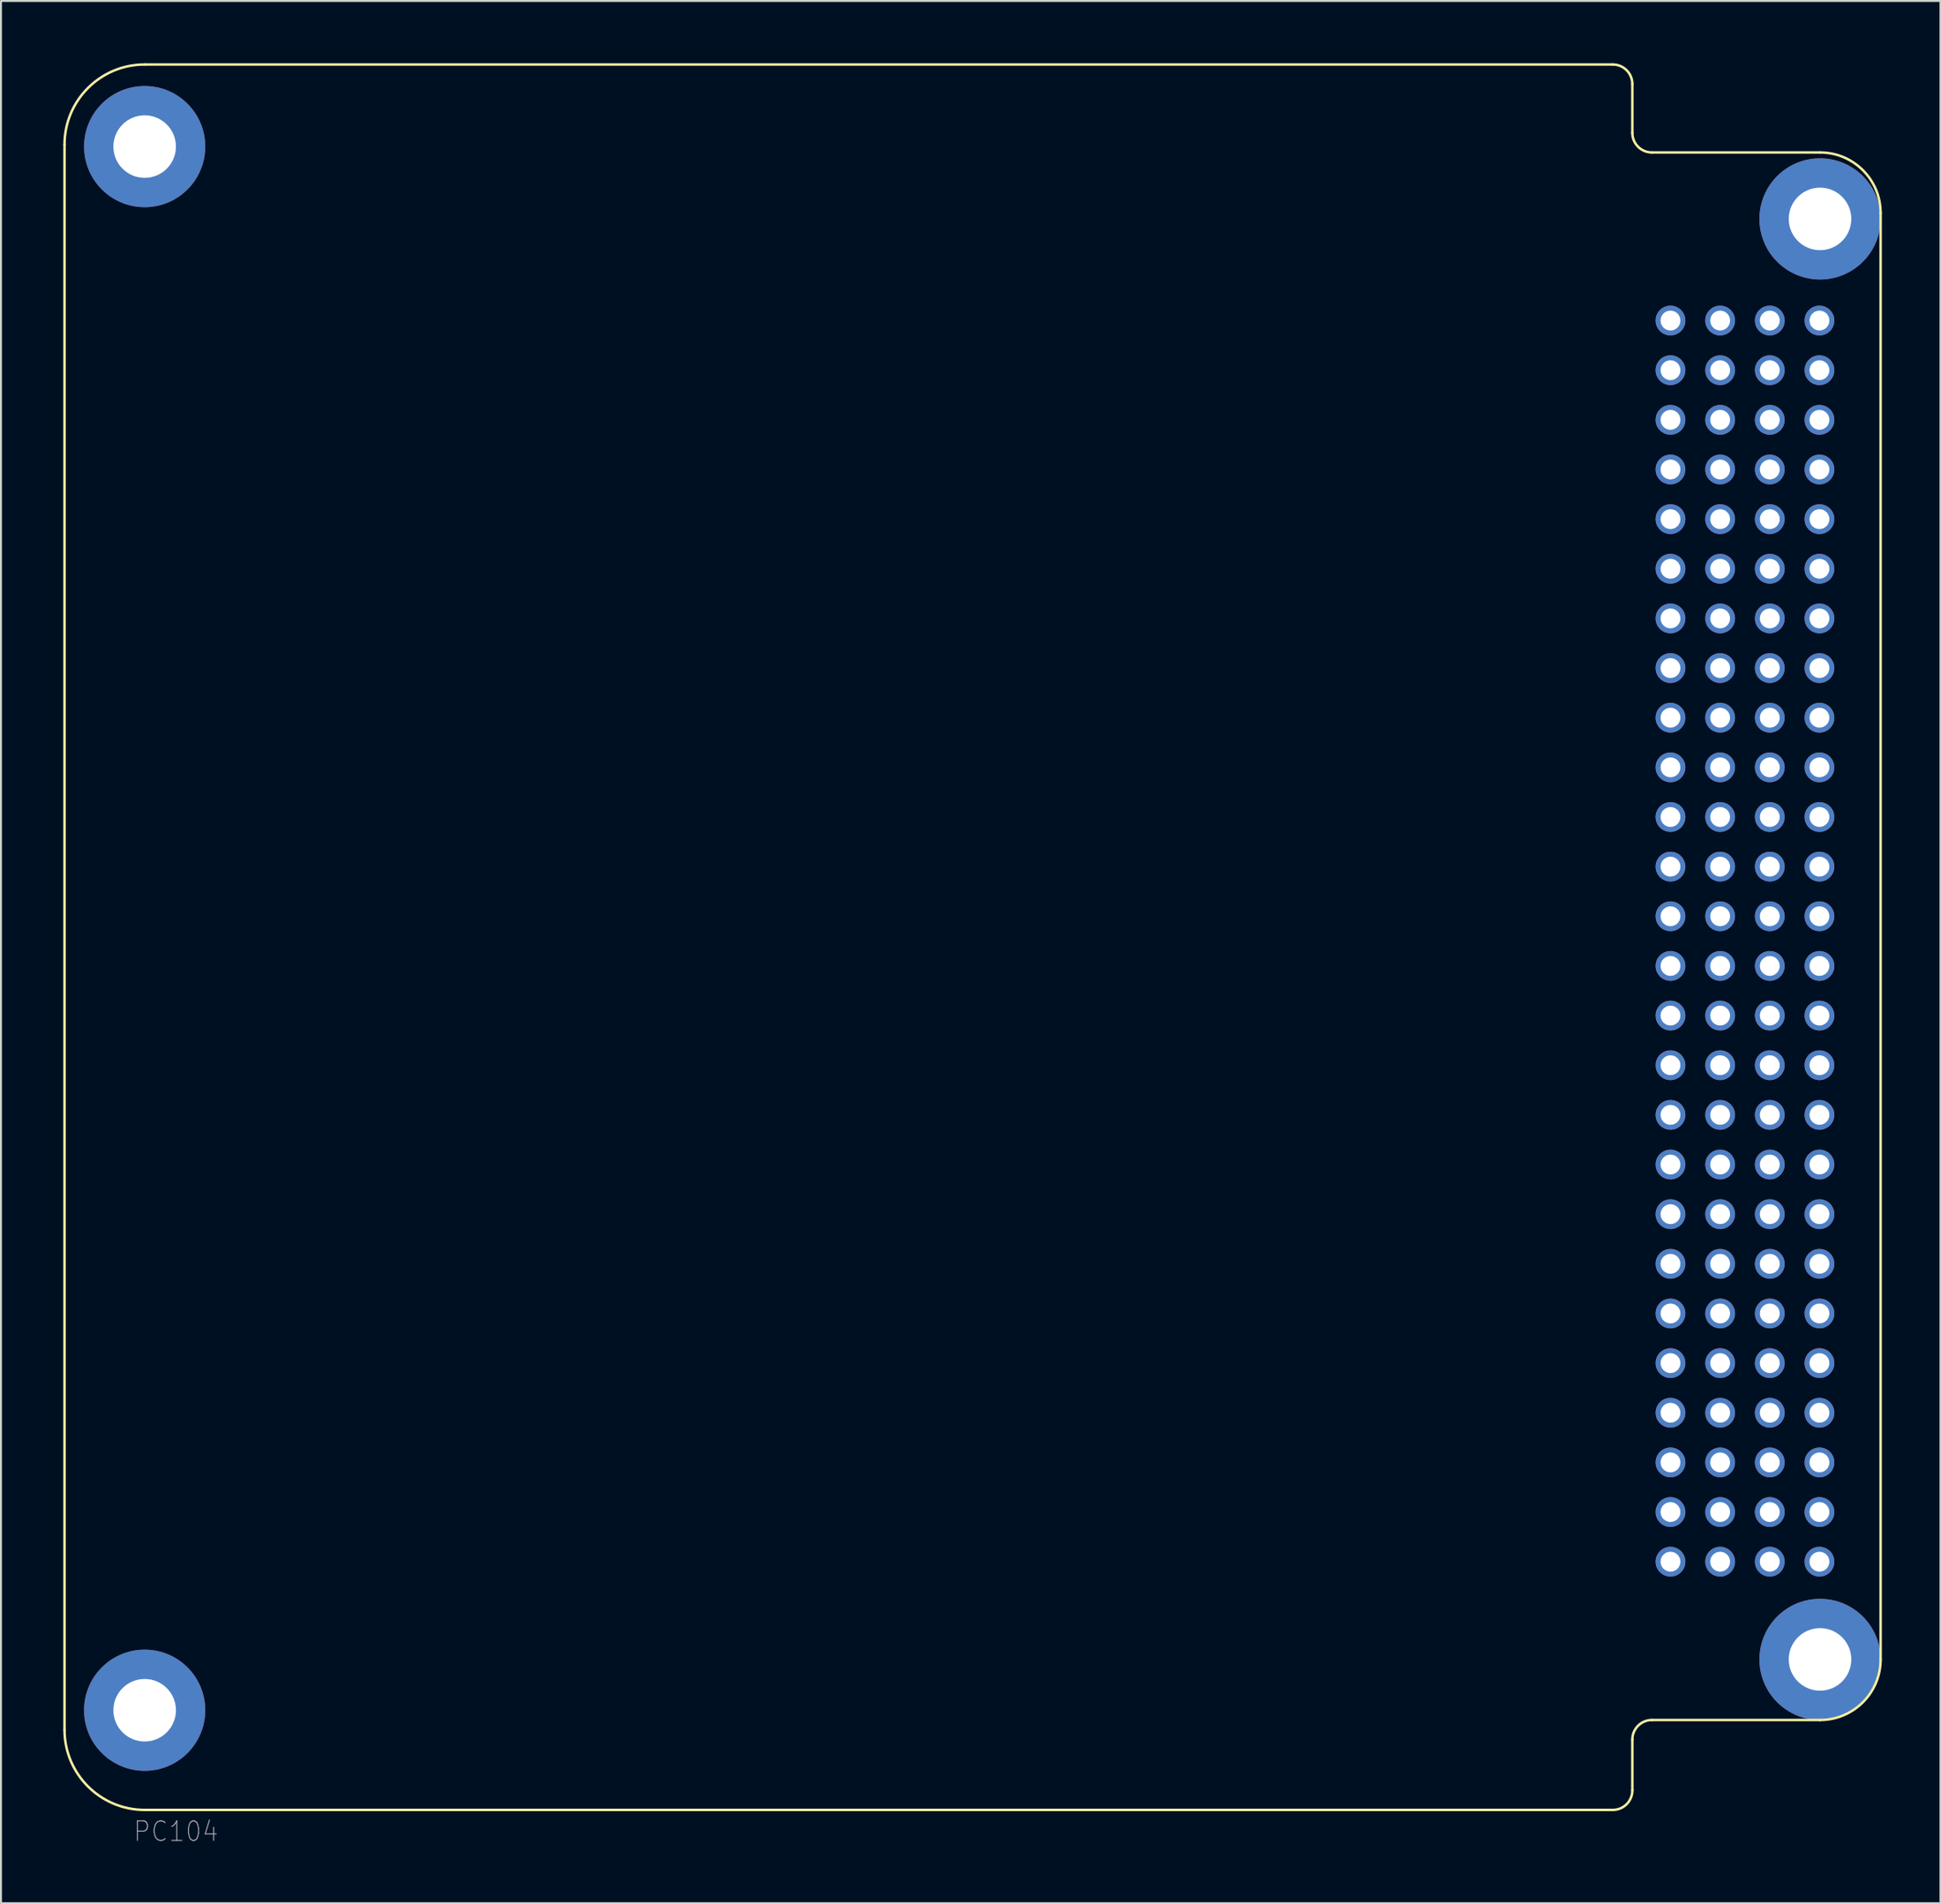
<source format=kicad_pcb>
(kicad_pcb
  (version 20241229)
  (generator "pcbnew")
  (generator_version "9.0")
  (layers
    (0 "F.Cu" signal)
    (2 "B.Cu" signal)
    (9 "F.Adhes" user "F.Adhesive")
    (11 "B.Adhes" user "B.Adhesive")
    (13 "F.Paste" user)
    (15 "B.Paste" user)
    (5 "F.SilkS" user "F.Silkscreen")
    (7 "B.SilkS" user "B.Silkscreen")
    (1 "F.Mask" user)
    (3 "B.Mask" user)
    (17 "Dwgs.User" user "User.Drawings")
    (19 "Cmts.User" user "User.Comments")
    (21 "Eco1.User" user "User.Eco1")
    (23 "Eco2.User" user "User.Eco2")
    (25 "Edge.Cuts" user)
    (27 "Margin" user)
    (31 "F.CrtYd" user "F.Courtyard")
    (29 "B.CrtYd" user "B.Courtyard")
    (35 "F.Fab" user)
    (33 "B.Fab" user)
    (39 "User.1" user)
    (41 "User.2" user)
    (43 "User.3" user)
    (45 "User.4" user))
  (footprint "PC104"
    (layer "F.Cu")
    (at 0.25 0.25)
    (property "Reference" "PC104" (at 5.7 90.4 0) (layer "F.Fab") (effects (font (size 1 0.9) (thickness 0.05))))
    (attr through_hole)
    (fp_line (start 0 85.2) (end 0 4.1) (stroke (width 0.127) (type solid)) (layer "F.SilkS"))
    (fp_line (start 4.1 0) (end 79.2 0) (stroke (width 0.127) (type solid)) (layer "F.SilkS"))
    (fp_line (start 79.2 89.3) (end 4.1 89.3) (stroke (width 0.127) (type solid)) (layer "F.SilkS"))
    (fp_line (start 80.2 1) (end 80.2 3.5) (stroke (width 0.127) (type solid)) (layer "F.SilkS"))
    (fp_line (start 80.2 88.3) (end 80.2 85.7) (stroke (width 0.127) (type solid)) (layer "F.SilkS"))
    (fp_line (start 81.2 84.7) (end 89.8 84.7) (stroke (width 0.127) (type solid)) (layer "F.SilkS"))
    (fp_line (start 89.8 4.5) (end 81.2 4.5) (stroke (width 0.127) (type solid)) (layer "F.SilkS"))
    (fp_line (start 92.9 81.6) (end 92.9 7.6) (stroke (width 0.127) (type solid)) (layer "F.SilkS"))
    (fp_arc (start 0 4.1) (mid 1.200862 1.200862) (end 4.1 0) (stroke (width 0.127) (type solid)) (layer "F.SilkS"))
    (fp_arc (start 4.1 89.3) (mid 1.200862 88.099138) (end 0 85.2) (stroke (width 0.127) (type solid)) (layer "F.SilkS"))
    (fp_arc (start 79.2 0) (mid 79.907107 0.292893) (end 80.2 1) (stroke (width 0.127) (type solid)) (layer "F.SilkS"))
    (fp_arc (start 80.2 85.7) (mid 80.492893 84.992893) (end 81.2 84.7) (stroke (width 0.127) (type solid)) (layer "F.SilkS"))
    (fp_arc (start 80.2 88.3) (mid 79.907107 89.007107) (end 79.2 89.3) (stroke (width 0.127) (type solid)) (layer "F.SilkS"))
    (fp_arc (start 81.2 4.5) (mid 80.492893 4.207107) (end 80.2 3.5) (stroke (width 0.127) (type solid)) (layer "F.SilkS"))
    (fp_arc (start 89.8 4.5) (mid 91.992031 5.407969) (end 92.9 7.6) (stroke (width 0.127) (type solid)) (layer "F.SilkS"))
    (fp_arc (start 92.9 81.6) (mid 91.992031 83.792031) (end 89.8 84.7) (stroke (width 0.127) (type solid)) (layer "F.SilkS"))
    (pad "MOUNT@1" thru_hole circle (at 4.1 4.2) (size 6.2 6.2) (drill 3.2) (layers "*.Cu" "*.Mask"))
    (pad "MOUNT@2" thru_hole circle (at 4.1 84.2) (size 6.2 6.2) (drill 3.2) (layers "*.Cu" "*.Mask"))
    (pad "MOUNT@3" thru_hole circle (at 89.8 7.9) (size 6.2 6.2) (drill 3.2) (layers "*.Cu" "*.Mask"))
    (pad "MOUNT@4" thru_hole circle (at 89.8 81.6) (size 6.2 6.2) (drill 3.2) (layers "*.Cu" "*.Mask"))
    (pad "P$1" thru_hole circle (at 82.151 13.1) (size 1.524 1.524) (drill 1.016) (layers "*.Cu" "*.Mask"))
    (pad "P$2" thru_hole circle (at 84.691 13.1) (size 1.524 1.524) (drill 1.016) (layers "*.Cu" "*.Mask"))
    (pad "P$3" thru_hole circle (at 82.151 15.64) (size 1.524 1.524) (drill 1.016) (layers "*.Cu" "*.Mask"))
    (pad "P$4" thru_hole circle (at 84.691 15.64) (size 1.524 1.524) (drill 1.016) (layers "*.Cu" "*.Mask"))
    (pad "P$5" thru_hole circle (at 82.151 18.18) (size 1.524 1.524) (drill 1.016) (layers "*.Cu" "*.Mask"))
    (pad "P$6" thru_hole circle (at 84.691 18.18) (size 1.524 1.524) (drill 1.016) (layers "*.Cu" "*.Mask"))
    (pad "P$7" thru_hole circle (at 82.151 20.72) (size 1.524 1.524) (drill 1.016) (layers "*.Cu" "*.Mask"))
    (pad "P$8" thru_hole circle (at 84.691 20.72) (size 1.524 1.524) (drill 1.016) (layers "*.Cu" "*.Mask"))
    (pad "P$9" thru_hole circle (at 82.151 23.26) (size 1.524 1.524) (drill 1.016) (layers "*.Cu" "*.Mask"))
    (pad "P$10" thru_hole circle (at 84.691 23.26) (size 1.524 1.524) (drill 1.016) (layers "*.Cu" "*.Mask"))
    (pad "P$11" thru_hole circle (at 82.151 25.8) (size 1.524 1.524) (drill 1.016) (layers "*.Cu" "*.Mask"))
    (pad "P$12" thru_hole circle (at 84.691 25.8) (size 1.524 1.524) (drill 1.016) (layers "*.Cu" "*.Mask"))
    (pad "P$13" thru_hole circle (at 82.151 28.34) (size 1.524 1.524) (drill 1.016) (layers "*.Cu" "*.Mask"))
    (pad "P$14" thru_hole circle (at 84.691 28.34) (size 1.524 1.524) (drill 1.016) (layers "*.Cu" "*.Mask"))
    (pad "P$15" thru_hole circle (at 82.151 30.88) (size 1.524 1.524) (drill 1.016) (layers "*.Cu" "*.Mask"))
    (pad "P$16" thru_hole circle (at 84.691 30.88) (size 1.524 1.524) (drill 1.016) (layers "*.Cu" "*.Mask"))
    (pad "P$17" thru_hole circle (at 82.151 33.42) (size 1.524 1.524) (drill 1.016) (layers "*.Cu" "*.Mask"))
    (pad "P$18" thru_hole circle (at 84.691 33.42) (size 1.524 1.524) (drill 1.016) (layers "*.Cu" "*.Mask"))
    (pad "P$19" thru_hole circle (at 82.151 35.96) (size 1.524 1.524) (drill 1.016) (layers "*.Cu" "*.Mask"))
    (pad "P$20" thru_hole circle (at 84.691 35.96) (size 1.524 1.524) (drill 1.016) (layers "*.Cu" "*.Mask"))
    (pad "P$21" thru_hole circle (at 82.151 38.5) (size 1.524 1.524) (drill 1.016) (layers "*.Cu" "*.Mask"))
    (pad "P$22" thru_hole circle (at 84.691 38.5) (size 1.524 1.524) (drill 1.016) (layers "*.Cu" "*.Mask"))
    (pad "P$23" thru_hole circle (at 82.151 41.04) (size 1.524 1.524) (drill 1.016) (layers "*.Cu" "*.Mask"))
    (pad "P$24" thru_hole circle (at 84.691 41.04) (size 1.524 1.524) (drill 1.016) (layers "*.Cu" "*.Mask"))
    (pad "P$25" thru_hole circle (at 82.151 43.58) (size 1.524 1.524) (drill 1.016) (layers "*.Cu" "*.Mask"))
    (pad "P$26" thru_hole circle (at 84.691 43.58) (size 1.524 1.524) (drill 1.016) (layers "*.Cu" "*.Mask"))
    (pad "P$27" thru_hole circle (at 82.151 46.12) (size 1.524 1.524) (drill 1.016) (layers "*.Cu" "*.Mask"))
    (pad "P$28" thru_hole circle (at 84.691 46.12) (size 1.524 1.524) (drill 1.016) (layers "*.Cu" "*.Mask"))
    (pad "P$29" thru_hole circle (at 82.151 48.66) (size 1.524 1.524) (drill 1.016) (layers "*.Cu" "*.Mask"))
    (pad "P$30" thru_hole circle (at 84.691 48.66) (size 1.524 1.524) (drill 1.016) (layers "*.Cu" "*.Mask"))
    (pad "P$31" thru_hole circle (at 82.151 51.2) (size 1.524 1.524) (drill 1.016) (layers "*.Cu" "*.Mask"))
    (pad "P$32" thru_hole circle (at 84.691 51.2) (size 1.524 1.524) (drill 1.016) (layers "*.Cu" "*.Mask"))
    (pad "P$33" thru_hole circle (at 82.151 53.74) (size 1.524 1.524) (drill 1.016) (layers "*.Cu" "*.Mask"))
    (pad "P$34" thru_hole circle (at 84.691 53.74) (size 1.524 1.524) (drill 1.016) (layers "*.Cu" "*.Mask"))
    (pad "P$35" thru_hole circle (at 82.151 56.28) (size 1.524 1.524) (drill 1.016) (layers "*.Cu" "*.Mask"))
    (pad "P$36" thru_hole circle (at 84.691 56.28) (size 1.524 1.524) (drill 1.016) (layers "*.Cu" "*.Mask"))
    (pad "P$37" thru_hole circle (at 82.151 58.82) (size 1.524 1.524) (drill 1.016) (layers "*.Cu" "*.Mask"))
    (pad "P$38" thru_hole circle (at 84.691 58.82) (size 1.524 1.524) (drill 1.016) (layers "*.Cu" "*.Mask"))
    (pad "P$39" thru_hole circle (at 82.151 61.36) (size 1.524 1.524) (drill 1.016) (layers "*.Cu" "*.Mask"))
    (pad "P$40" thru_hole circle (at 84.691 61.36) (size 1.524 1.524) (drill 1.016) (layers "*.Cu" "*.Mask"))
    (pad "P$41" thru_hole circle (at 82.151 63.9) (size 1.524 1.524) (drill 1.016) (layers "*.Cu" "*.Mask"))
    (pad "P$42" thru_hole circle (at 84.691 63.9) (size 1.524 1.524) (drill 1.016) (layers "*.Cu" "*.Mask"))
    (pad "P$43" thru_hole circle (at 82.151 66.44) (size 1.524 1.524) (drill 1.016) (layers "*.Cu" "*.Mask"))
    (pad "P$44" thru_hole circle (at 84.691 66.44) (size 1.524 1.524) (drill 1.016) (layers "*.Cu" "*.Mask"))
    (pad "P$45" thru_hole circle (at 82.151 68.98) (size 1.524 1.524) (drill 1.016) (layers "*.Cu" "*.Mask"))
    (pad "P$46" thru_hole circle (at 84.691 68.98) (size 1.524 1.524) (drill 1.016) (layers "*.Cu" "*.Mask"))
    (pad "P$47" thru_hole circle (at 82.151 71.52) (size 1.524 1.524) (drill 1.016) (layers "*.Cu" "*.Mask"))
    (pad "P$48" thru_hole circle (at 84.691 71.52) (size 1.524 1.524) (drill 1.016) (layers "*.Cu" "*.Mask"))
    (pad "P$49" thru_hole circle (at 82.151 74.06) (size 1.524 1.524) (drill 1.016) (layers "*.Cu" "*.Mask"))
    (pad "P$50" thru_hole circle (at 84.691 74.06) (size 1.524 1.524) (drill 1.016) (layers "*.Cu" "*.Mask"))
    (pad "P$51" thru_hole circle (at 82.151 76.6) (size 1.524 1.524) (drill 1.016) (layers "*.Cu" "*.Mask"))
    (pad "P$52" thru_hole circle (at 84.691 76.6) (size 1.524 1.524) (drill 1.016) (layers "*.Cu" "*.Mask"))
    (pad "P$53" thru_hole circle (at 87.231 13.1) (size 1.524 1.524) (drill 1.016) (layers "*.Cu" "*.Mask"))
    (pad "P$54" thru_hole circle (at 89.771 13.1) (size 1.524 1.524) (drill 1.016) (layers "*.Cu" "*.Mask"))
    (pad "P$55" thru_hole circle (at 87.231 15.64) (size 1.524 1.524) (drill 1.016) (layers "*.Cu" "*.Mask"))
    (pad "P$56" thru_hole circle (at 89.771 15.64) (size 1.524 1.524) (drill 1.016) (layers "*.Cu" "*.Mask"))
    (pad "P$57" thru_hole circle (at 87.231 18.18) (size 1.524 1.524) (drill 1.016) (layers "*.Cu" "*.Mask"))
    (pad "P$58" thru_hole circle (at 89.771 18.18) (size 1.524 1.524) (drill 1.016) (layers "*.Cu" "*.Mask"))
    (pad "P$59" thru_hole circle (at 87.231 20.72) (size 1.524 1.524) (drill 1.016) (layers "*.Cu" "*.Mask"))
    (pad "P$60" thru_hole circle (at 89.771 20.72) (size 1.524 1.524) (drill 1.016) (layers "*.Cu" "*.Mask"))
    (pad "P$61" thru_hole circle (at 87.231 23.26) (size 1.524 1.524) (drill 1.016) (layers "*.Cu" "*.Mask"))
    (pad "P$62" thru_hole circle (at 89.771 23.26) (size 1.524 1.524) (drill 1.016) (layers "*.Cu" "*.Mask"))
    (pad "P$63" thru_hole circle (at 87.231 25.8) (size 1.524 1.524) (drill 1.016) (layers "*.Cu" "*.Mask"))
    (pad "P$64" thru_hole circle (at 89.771 25.8) (size 1.524 1.524) (drill 1.016) (layers "*.Cu" "*.Mask"))
    (pad "P$65" thru_hole circle (at 87.231 28.34) (size 1.524 1.524) (drill 1.016) (layers "*.Cu" "*.Mask"))
    (pad "P$66" thru_hole circle (at 89.771 28.34) (size 1.524 1.524) (drill 1.016) (layers "*.Cu" "*.Mask"))
    (pad "P$67" thru_hole circle (at 87.231 30.88) (size 1.524 1.524) (drill 1.016) (layers "*.Cu" "*.Mask"))
    (pad "P$68" thru_hole circle (at 89.771 30.88) (size 1.524 1.524) (drill 1.016) (layers "*.Cu" "*.Mask"))
    (pad "P$69" thru_hole circle (at 87.231 33.42) (size 1.524 1.524) (drill 1.016) (layers "*.Cu" "*.Mask"))
    (pad "P$70" thru_hole circle (at 89.771 33.42) (size 1.524 1.524) (drill 1.016) (layers "*.Cu" "*.Mask"))
    (pad "P$71" thru_hole circle (at 87.231 35.96) (size 1.524 1.524) (drill 1.016) (layers "*.Cu" "*.Mask"))
    (pad "P$72" thru_hole circle (at 89.771 35.96) (size 1.524 1.524) (drill 1.016) (layers "*.Cu" "*.Mask"))
    (pad "P$73" thru_hole circle (at 87.231 38.5) (size 1.524 1.524) (drill 1.016) (layers "*.Cu" "*.Mask"))
    (pad "P$74" thru_hole circle (at 89.771 38.5) (size 1.524 1.524) (drill 1.016) (layers "*.Cu" "*.Mask"))
    (pad "P$75" thru_hole circle (at 87.231 41.04) (size 1.524 1.524) (drill 1.016) (layers "*.Cu" "*.Mask"))
    (pad "P$76" thru_hole circle (at 89.771 41.04) (size 1.524 1.524) (drill 1.016) (layers "*.Cu" "*.Mask"))
    (pad "P$77" thru_hole circle (at 87.231 43.58) (size 1.524 1.524) (drill 1.016) (layers "*.Cu" "*.Mask"))
    (pad "P$78" thru_hole circle (at 89.771 43.58) (size 1.524 1.524) (drill 1.016) (layers "*.Cu" "*.Mask"))
    (pad "P$79" thru_hole circle (at 87.231 46.12) (size 1.524 1.524) (drill 1.016) (layers "*.Cu" "*.Mask"))
    (pad "P$80" thru_hole circle (at 89.771 46.12) (size 1.524 1.524) (drill 1.016) (layers "*.Cu" "*.Mask"))
    (pad "P$81" thru_hole circle (at 87.231 48.66) (size 1.524 1.524) (drill 1.016) (layers "*.Cu" "*.Mask"))
    (pad "P$82" thru_hole circle (at 89.771 48.66) (size 1.524 1.524) (drill 1.016) (layers "*.Cu" "*.Mask"))
    (pad "P$83" thru_hole circle (at 87.231 51.2) (size 1.524 1.524) (drill 1.016) (layers "*.Cu" "*.Mask"))
    (pad "P$84" thru_hole circle (at 89.771 51.2) (size 1.524 1.524) (drill 1.016) (layers "*.Cu" "*.Mask"))
    (pad "P$85" thru_hole circle (at 87.231 53.74) (size 1.524 1.524) (drill 1.016) (layers "*.Cu" "*.Mask"))
    (pad "P$86" thru_hole circle (at 89.771 53.74) (size 1.524 1.524) (drill 1.016) (layers "*.Cu" "*.Mask"))
    (pad "P$87" thru_hole circle (at 87.231 56.28) (size 1.524 1.524) (drill 1.016) (layers "*.Cu" "*.Mask"))
    (pad "P$88" thru_hole circle (at 89.771 56.28) (size 1.524 1.524) (drill 1.016) (layers "*.Cu" "*.Mask"))
    (pad "P$89" thru_hole circle (at 87.231 58.82) (size 1.524 1.524) (drill 1.016) (layers "*.Cu" "*.Mask"))
    (pad "P$90" thru_hole circle (at 89.771 58.82) (size 1.524 1.524) (drill 1.016) (layers "*.Cu" "*.Mask"))
    (pad "P$91" thru_hole circle (at 87.231 61.36) (size 1.524 1.524) (drill 1.016) (layers "*.Cu" "*.Mask"))
    (pad "P$92" thru_hole circle (at 89.771 61.36) (size 1.524 1.524) (drill 1.016) (layers "*.Cu" "*.Mask"))
    (pad "P$93" thru_hole circle (at 87.231 63.9) (size 1.524 1.524) (drill 1.016) (layers "*.Cu" "*.Mask"))
    (pad "P$94" thru_hole circle (at 89.771 63.9) (size 1.524 1.524) (drill 1.016) (layers "*.Cu" "*.Mask"))
    (pad "P$95" thru_hole circle (at 87.231 66.44) (size 1.524 1.524) (drill 1.016) (layers "*.Cu" "*.Mask"))
    (pad "P$96" thru_hole circle (at 89.771 66.44) (size 1.524 1.524) (drill 1.016) (layers "*.Cu" "*.Mask"))
    (pad "P$97" thru_hole circle (at 87.231 68.98) (size 1.524 1.524) (drill 1.016) (layers "*.Cu" "*.Mask"))
    (pad "P$98" thru_hole circle (at 89.771 68.98) (size 1.524 1.524) (drill 1.016) (layers "*.Cu" "*.Mask"))
    (pad "P$99" thru_hole circle (at 87.231 71.52) (size 1.524 1.524) (drill 1.016) (layers "*.Cu" "*.Mask"))
    (pad "P$100" thru_hole circle (at 89.771 71.52) (size 1.524 1.524) (drill 1.016) (layers "*.Cu" "*.Mask"))
    (pad "P$101" thru_hole circle (at 87.231 74.06) (size 1.524 1.524) (drill 1.016) (layers "*.Cu" "*.Mask"))
    (pad "P$102" thru_hole circle (at 89.771 74.06) (size 1.524 1.524) (drill 1.016) (layers "*.Cu" "*.Mask"))
    (pad "P$103" thru_hole circle (at 87.231 76.6) (size 1.524 1.524) (drill 1.016) (layers "*.Cu" "*.Mask"))
    (pad "P$104" thru_hole circle (at 89.771 76.6) (size 1.524 1.524) (drill 1.016) (layers "*.Cu" "*.Mask")))
  (gr_rect
    (start -3 -3)
    (end 96.213 94.323)
    (stroke (width 0.1) (type default))
    (fill no)
    (layer "Edge.Cuts")))
</source>
